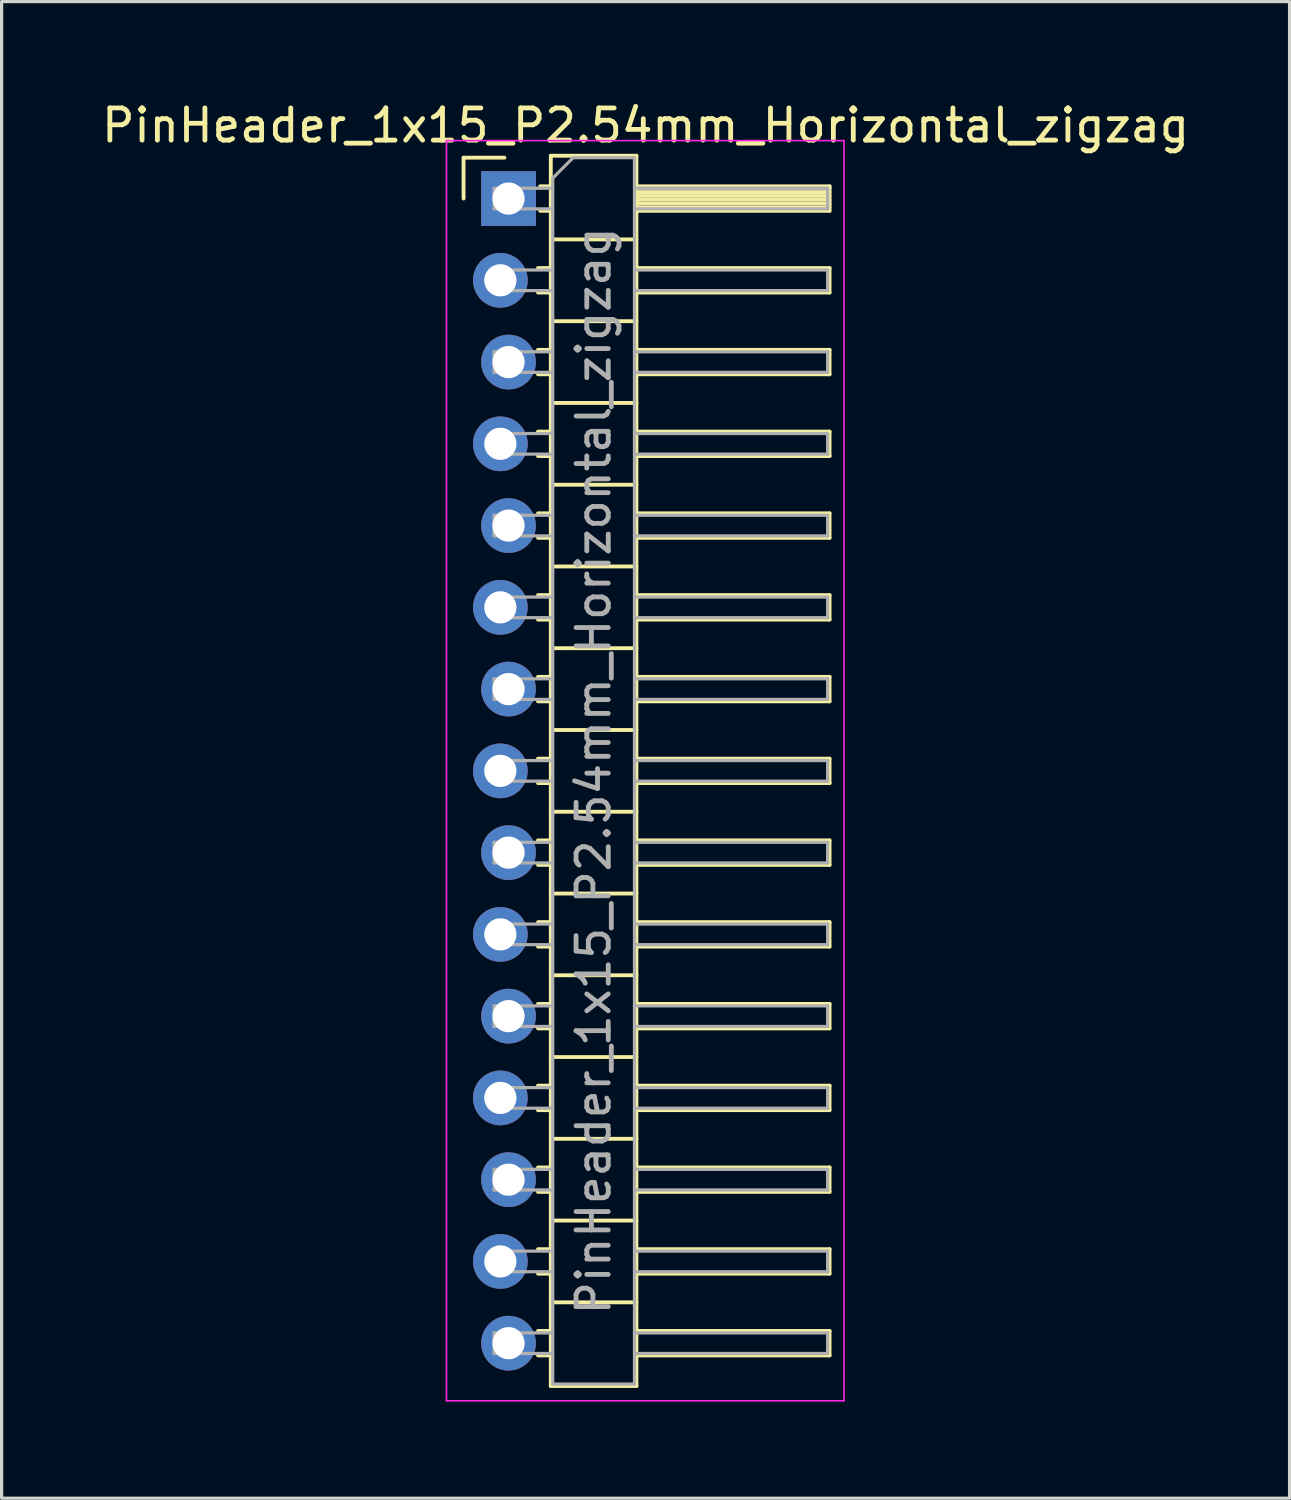
<source format=kicad_pcb>
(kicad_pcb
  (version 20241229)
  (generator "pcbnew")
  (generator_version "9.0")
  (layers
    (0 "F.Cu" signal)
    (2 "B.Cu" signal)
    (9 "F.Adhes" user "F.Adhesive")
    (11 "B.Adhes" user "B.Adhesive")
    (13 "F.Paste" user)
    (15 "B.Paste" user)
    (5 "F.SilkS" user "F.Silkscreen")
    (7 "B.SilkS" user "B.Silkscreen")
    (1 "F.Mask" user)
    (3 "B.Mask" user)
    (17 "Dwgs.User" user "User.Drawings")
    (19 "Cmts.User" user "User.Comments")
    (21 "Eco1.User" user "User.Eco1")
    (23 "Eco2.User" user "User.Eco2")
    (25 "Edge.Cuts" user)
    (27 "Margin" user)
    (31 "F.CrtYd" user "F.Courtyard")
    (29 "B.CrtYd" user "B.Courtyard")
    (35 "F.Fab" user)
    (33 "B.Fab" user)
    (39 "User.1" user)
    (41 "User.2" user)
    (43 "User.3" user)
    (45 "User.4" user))
  (footprint "PinHeader_1x15_P2.54mm_Horizontal_zigzag"
    (layer "F.Cu")
    (at 12.621 3.118)
    (property "Reference" "PinHeader_1x15_P2.54mm_Horizontal_zigzag" (at 4.385 -2.27 0) (layer "F.SilkS") (effects (font (size 1 1) (thickness 0.15))))
    (attr through_hole)
    (fp_line (start -1.27 -1.27) (end 0 -1.27) (stroke (width 0.12) (type solid)) (layer "F.SilkS"))
    (fp_line (start -1.27 0) (end -1.27 -1.27) (stroke (width 0.12) (type solid)) (layer "F.SilkS"))
    (fp_line (start 1.043 2.16) (end 1.44 2.16) (stroke (width 0.12) (type solid)) (layer "F.SilkS"))
    (fp_line (start 1.043 2.92) (end 1.44 2.92) (stroke (width 0.12) (type solid)) (layer "F.SilkS"))
    (fp_line (start 1.043 4.7) (end 1.44 4.7) (stroke (width 0.12) (type solid)) (layer "F.SilkS"))
    (fp_line (start 1.043 5.46) (end 1.44 5.46) (stroke (width 0.12) (type solid)) (layer "F.SilkS"))
    (fp_line (start 1.043 7.24) (end 1.44 7.24) (stroke (width 0.12) (type solid)) (layer "F.SilkS"))
    (fp_line (start 1.043 8) (end 1.44 8) (stroke (width 0.12) (type solid)) (layer "F.SilkS"))
    (fp_line (start 1.043 9.78) (end 1.44 9.78) (stroke (width 0.12) (type solid)) (layer "F.SilkS"))
    (fp_line (start 1.043 10.54) (end 1.44 10.54) (stroke (width 0.12) (type solid)) (layer "F.SilkS"))
    (fp_line (start 1.043 12.32) (end 1.44 12.32) (stroke (width 0.12) (type solid)) (layer "F.SilkS"))
    (fp_line (start 1.043 13.08) (end 1.44 13.08) (stroke (width 0.12) (type solid)) (layer "F.SilkS"))
    (fp_line (start 1.043 14.86) (end 1.44 14.86) (stroke (width 0.12) (type solid)) (layer "F.SilkS"))
    (fp_line (start 1.043 15.62) (end 1.44 15.62) (stroke (width 0.12) (type solid)) (layer "F.SilkS"))
    (fp_line (start 1.043 17.4) (end 1.44 17.4) (stroke (width 0.12) (type solid)) (layer "F.SilkS"))
    (fp_line (start 1.043 18.16) (end 1.44 18.16) (stroke (width 0.12) (type solid)) (layer "F.SilkS"))
    (fp_line (start 1.043 19.94) (end 1.44 19.94) (stroke (width 0.12) (type solid)) (layer "F.SilkS"))
    (fp_line (start 1.043 20.7) (end 1.44 20.7) (stroke (width 0.12) (type solid)) (layer "F.SilkS"))
    (fp_line (start 1.043 22.48) (end 1.44 22.48) (stroke (width 0.12) (type solid)) (layer "F.SilkS"))
    (fp_line (start 1.043 23.24) (end 1.44 23.24) (stroke (width 0.12) (type solid)) (layer "F.SilkS"))
    (fp_line (start 1.043 25.02) (end 1.44 25.02) (stroke (width 0.12) (type solid)) (layer "F.SilkS"))
    (fp_line (start 1.043 25.78) (end 1.44 25.78) (stroke (width 0.12) (type solid)) (layer "F.SilkS"))
    (fp_line (start 1.043 27.56) (end 1.44 27.56) (stroke (width 0.12) (type solid)) (layer "F.SilkS"))
    (fp_line (start 1.043 28.32) (end 1.44 28.32) (stroke (width 0.12) (type solid)) (layer "F.SilkS"))
    (fp_line (start 1.043 30.1) (end 1.44 30.1) (stroke (width 0.12) (type solid)) (layer "F.SilkS"))
    (fp_line (start 1.043 30.86) (end 1.44 30.86) (stroke (width 0.12) (type solid)) (layer "F.SilkS"))
    (fp_line (start 1.043 32.64) (end 1.44 32.64) (stroke (width 0.12) (type solid)) (layer "F.SilkS"))
    (fp_line (start 1.043 33.4) (end 1.44 33.4) (stroke (width 0.12) (type solid)) (layer "F.SilkS"))
    (fp_line (start 1.043 35.18) (end 1.44 35.18) (stroke (width 0.12) (type solid)) (layer "F.SilkS"))
    (fp_line (start 1.043 35.94) (end 1.44 35.94) (stroke (width 0.12) (type solid)) (layer "F.SilkS"))
    (fp_line (start 1.11 -0.38) (end 1.44 -0.38) (stroke (width 0.12) (type solid)) (layer "F.SilkS"))
    (fp_line (start 1.11 0.38) (end 1.44 0.38) (stroke (width 0.12) (type solid)) (layer "F.SilkS"))
    (fp_line (start 1.44 -1.33) (end 1.44 36.89) (stroke (width 0.12) (type solid)) (layer "F.SilkS"))
    (fp_line (start 1.44 1.27) (end 4.1 1.27) (stroke (width 0.12) (type solid)) (layer "F.SilkS"))
    (fp_line (start 1.44 3.81) (end 4.1 3.81) (stroke (width 0.12) (type solid)) (layer "F.SilkS"))
    (fp_line (start 1.44 6.35) (end 4.1 6.35) (stroke (width 0.12) (type solid)) (layer "F.SilkS"))
    (fp_line (start 1.44 8.89) (end 4.1 8.89) (stroke (width 0.12) (type solid)) (layer "F.SilkS"))
    (fp_line (start 1.44 11.43) (end 4.1 11.43) (stroke (width 0.12) (type solid)) (layer "F.SilkS"))
    (fp_line (start 1.44 13.97) (end 4.1 13.97) (stroke (width 0.12) (type solid)) (layer "F.SilkS"))
    (fp_line (start 1.44 16.51) (end 4.1 16.51) (stroke (width 0.12) (type solid)) (layer "F.SilkS"))
    (fp_line (start 1.44 19.05) (end 4.1 19.05) (stroke (width 0.12) (type solid)) (layer "F.SilkS"))
    (fp_line (start 1.44 21.59) (end 4.1 21.59) (stroke (width 0.12) (type solid)) (layer "F.SilkS"))
    (fp_line (start 1.44 24.13) (end 4.1 24.13) (stroke (width 0.12) (type solid)) (layer "F.SilkS"))
    (fp_line (start 1.44 26.67) (end 4.1 26.67) (stroke (width 0.12) (type solid)) (layer "F.SilkS"))
    (fp_line (start 1.44 29.21) (end 4.1 29.21) (stroke (width 0.12) (type solid)) (layer "F.SilkS"))
    (fp_line (start 1.44 31.75) (end 4.1 31.75) (stroke (width 0.12) (type solid)) (layer "F.SilkS"))
    (fp_line (start 1.44 34.29) (end 4.1 34.29) (stroke (width 0.12) (type solid)) (layer "F.SilkS"))
    (fp_line (start 1.44 36.89) (end 4.1 36.89) (stroke (width 0.12) (type solid)) (layer "F.SilkS"))
    (fp_line (start 4.1 -1.33) (end 1.44 -1.33) (stroke (width 0.12) (type solid)) (layer "F.SilkS"))
    (fp_line (start 4.1 -0.38) (end 10.1 -0.38) (stroke (width 0.12) (type solid)) (layer "F.SilkS"))
    (fp_line (start 4.1 -0.32) (end 10.1 -0.32) (stroke (width 0.12) (type solid)) (layer "F.SilkS"))
    (fp_line (start 4.1 -0.2) (end 10.1 -0.2) (stroke (width 0.12) (type solid)) (layer "F.SilkS"))
    (fp_line (start 4.1 -0.08) (end 10.1 -0.08) (stroke (width 0.12) (type solid)) (layer "F.SilkS"))
    (fp_line (start 4.1 0.04) (end 10.1 0.04) (stroke (width 0.12) (type solid)) (layer "F.SilkS"))
    (fp_line (start 4.1 0.16) (end 10.1 0.16) (stroke (width 0.12) (type solid)) (layer "F.SilkS"))
    (fp_line (start 4.1 0.28) (end 10.1 0.28) (stroke (width 0.12) (type solid)) (layer "F.SilkS"))
    (fp_line (start 4.1 2.16) (end 10.1 2.16) (stroke (width 0.12) (type solid)) (layer "F.SilkS"))
    (fp_line (start 4.1 4.7) (end 10.1 4.7) (stroke (width 0.12) (type solid)) (layer "F.SilkS"))
    (fp_line (start 4.1 7.24) (end 10.1 7.24) (stroke (width 0.12) (type solid)) (layer "F.SilkS"))
    (fp_line (start 4.1 9.78) (end 10.1 9.78) (stroke (width 0.12) (type solid)) (layer "F.SilkS"))
    (fp_line (start 4.1 12.32) (end 10.1 12.32) (stroke (width 0.12) (type solid)) (layer "F.SilkS"))
    (fp_line (start 4.1 14.86) (end 10.1 14.86) (stroke (width 0.12) (type solid)) (layer "F.SilkS"))
    (fp_line (start 4.1 17.4) (end 10.1 17.4) (stroke (width 0.12) (type solid)) (layer "F.SilkS"))
    (fp_line (start 4.1 19.94) (end 10.1 19.94) (stroke (width 0.12) (type solid)) (layer "F.SilkS"))
    (fp_line (start 4.1 22.48) (end 10.1 22.48) (stroke (width 0.12) (type solid)) (layer "F.SilkS"))
    (fp_line (start 4.1 25.02) (end 10.1 25.02) (stroke (width 0.12) (type solid)) (layer "F.SilkS"))
    (fp_line (start 4.1 27.56) (end 10.1 27.56) (stroke (width 0.12) (type solid)) (layer "F.SilkS"))
    (fp_line (start 4.1 30.1) (end 10.1 30.1) (stroke (width 0.12) (type solid)) (layer "F.SilkS"))
    (fp_line (start 4.1 32.64) (end 10.1 32.64) (stroke (width 0.12) (type solid)) (layer "F.SilkS"))
    (fp_line (start 4.1 35.18) (end 10.1 35.18) (stroke (width 0.12) (type solid)) (layer "F.SilkS"))
    (fp_line (start 4.1 36.89) (end 4.1 -1.33) (stroke (width 0.12) (type solid)) (layer "F.SilkS"))
    (fp_line (start 10.1 -0.38) (end 10.1 0.38) (stroke (width 0.12) (type solid)) (layer "F.SilkS"))
    (fp_line (start 10.1 0.38) (end 4.1 0.38) (stroke (width 0.12) (type solid)) (layer "F.SilkS"))
    (fp_line (start 10.1 2.16) (end 10.1 2.92) (stroke (width 0.12) (type solid)) (layer "F.SilkS"))
    (fp_line (start 10.1 2.92) (end 4.1 2.92) (stroke (width 0.12) (type solid)) (layer "F.SilkS"))
    (fp_line (start 10.1 4.7) (end 10.1 5.46) (stroke (width 0.12) (type solid)) (layer "F.SilkS"))
    (fp_line (start 10.1 5.46) (end 4.1 5.46) (stroke (width 0.12) (type solid)) (layer "F.SilkS"))
    (fp_line (start 10.1 7.24) (end 10.1 8) (stroke (width 0.12) (type solid)) (layer "F.SilkS"))
    (fp_line (start 10.1 8) (end 4.1 8) (stroke (width 0.12) (type solid)) (layer "F.SilkS"))
    (fp_line (start 10.1 9.78) (end 10.1 10.54) (stroke (width 0.12) (type solid)) (layer "F.SilkS"))
    (fp_line (start 10.1 10.54) (end 4.1 10.54) (stroke (width 0.12) (type solid)) (layer "F.SilkS"))
    (fp_line (start 10.1 12.32) (end 10.1 13.08) (stroke (width 0.12) (type solid)) (layer "F.SilkS"))
    (fp_line (start 10.1 13.08) (end 4.1 13.08) (stroke (width 0.12) (type solid)) (layer "F.SilkS"))
    (fp_line (start 10.1 14.86) (end 10.1 15.62) (stroke (width 0.12) (type solid)) (layer "F.SilkS"))
    (fp_line (start 10.1 15.62) (end 4.1 15.62) (stroke (width 0.12) (type solid)) (layer "F.SilkS"))
    (fp_line (start 10.1 17.4) (end 10.1 18.16) (stroke (width 0.12) (type solid)) (layer "F.SilkS"))
    (fp_line (start 10.1 18.16) (end 4.1 18.16) (stroke (width 0.12) (type solid)) (layer "F.SilkS"))
    (fp_line (start 10.1 19.94) (end 10.1 20.7) (stroke (width 0.12) (type solid)) (layer "F.SilkS"))
    (fp_line (start 10.1 20.7) (end 4.1 20.7) (stroke (width 0.12) (type solid)) (layer "F.SilkS"))
    (fp_line (start 10.1 22.48) (end 10.1 23.24) (stroke (width 0.12) (type solid)) (layer "F.SilkS"))
    (fp_line (start 10.1 23.24) (end 4.1 23.24) (stroke (width 0.12) (type solid)) (layer "F.SilkS"))
    (fp_line (start 10.1 25.02) (end 10.1 25.78) (stroke (width 0.12) (type solid)) (layer "F.SilkS"))
    (fp_line (start 10.1 25.78) (end 4.1 25.78) (stroke (width 0.12) (type solid)) (layer "F.SilkS"))
    (fp_line (start 10.1 27.56) (end 10.1 28.32) (stroke (width 0.12) (type solid)) (layer "F.SilkS"))
    (fp_line (start 10.1 28.32) (end 4.1 28.32) (stroke (width 0.12) (type solid)) (layer "F.SilkS"))
    (fp_line (start 10.1 30.1) (end 10.1 30.86) (stroke (width 0.12) (type solid)) (layer "F.SilkS"))
    (fp_line (start 10.1 30.86) (end 4.1 30.86) (stroke (width 0.12) (type solid)) (layer "F.SilkS"))
    (fp_line (start 10.1 32.64) (end 10.1 33.4) (stroke (width 0.12) (type solid)) (layer "F.SilkS"))
    (fp_line (start 10.1 33.4) (end 4.1 33.4) (stroke (width 0.12) (type solid)) (layer "F.SilkS"))
    (fp_line (start 10.1 35.18) (end 10.1 35.94) (stroke (width 0.12) (type solid)) (layer "F.SilkS"))
    (fp_line (start 10.1 35.94) (end 4.1 35.94) (stroke (width 0.12) (type solid)) (layer "F.SilkS"))
    (fp_line (start -1.8 -1.8) (end -1.8 37.35) (stroke (width 0.05) (type solid)) (layer "F.CrtYd"))
    (fp_line (start -1.8 37.35) (end 10.55 37.35) (stroke (width 0.05) (type solid)) (layer "F.CrtYd"))
    (fp_line (start 10.55 -1.8) (end -1.8 -1.8) (stroke (width 0.05) (type solid)) (layer "F.CrtYd"))
    (fp_line (start 10.55 37.35) (end 10.55 -1.8) (stroke (width 0.05) (type solid)) (layer "F.CrtYd"))
    (fp_line (start -0.32 -0.32) (end -0.32 0.32) (stroke (width 0.1) (type solid)) (layer "F.Fab"))
    (fp_line (start -0.32 -0.32) (end 1.5 -0.32) (stroke (width 0.1) (type solid)) (layer "F.Fab"))
    (fp_line (start -0.32 0.32) (end 1.5 0.32) (stroke (width 0.1) (type solid)) (layer "F.Fab"))
    (fp_line (start -0.32 2.22) (end -0.32 2.86) (stroke (width 0.1) (type solid)) (layer "F.Fab"))
    (fp_line (start -0.32 2.22) (end 1.5 2.22) (stroke (width 0.1) (type solid)) (layer "F.Fab"))
    (fp_line (start -0.32 2.86) (end 1.5 2.86) (stroke (width 0.1) (type solid)) (layer "F.Fab"))
    (fp_line (start -0.32 4.76) (end -0.32 5.4) (stroke (width 0.1) (type solid)) (layer "F.Fab"))
    (fp_line (start -0.32 4.76) (end 1.5 4.76) (stroke (width 0.1) (type solid)) (layer "F.Fab"))
    (fp_line (start -0.32 5.4) (end 1.5 5.4) (stroke (width 0.1) (type solid)) (layer "F.Fab"))
    (fp_line (start -0.32 7.3) (end -0.32 7.94) (stroke (width 0.1) (type solid)) (layer "F.Fab"))
    (fp_line (start -0.32 7.3) (end 1.5 7.3) (stroke (width 0.1) (type solid)) (layer "F.Fab"))
    (fp_line (start -0.32 7.94) (end 1.5 7.94) (stroke (width 0.1) (type solid)) (layer "F.Fab"))
    (fp_line (start -0.32 9.84) (end -0.32 10.48) (stroke (width 0.1) (type solid)) (layer "F.Fab"))
    (fp_line (start -0.32 9.84) (end 1.5 9.84) (stroke (width 0.1) (type solid)) (layer "F.Fab"))
    (fp_line (start -0.32 10.48) (end 1.5 10.48) (stroke (width 0.1) (type solid)) (layer "F.Fab"))
    (fp_line (start -0.32 12.38) (end -0.32 13.02) (stroke (width 0.1) (type solid)) (layer "F.Fab"))
    (fp_line (start -0.32 12.38) (end 1.5 12.38) (stroke (width 0.1) (type solid)) (layer "F.Fab"))
    (fp_line (start -0.32 13.02) (end 1.5 13.02) (stroke (width 0.1) (type solid)) (layer "F.Fab"))
    (fp_line (start -0.32 14.92) (end -0.32 15.56) (stroke (width 0.1) (type solid)) (layer "F.Fab"))
    (fp_line (start -0.32 14.92) (end 1.5 14.92) (stroke (width 0.1) (type solid)) (layer "F.Fab"))
    (fp_line (start -0.32 15.56) (end 1.5 15.56) (stroke (width 0.1) (type solid)) (layer "F.Fab"))
    (fp_line (start -0.32 17.46) (end -0.32 18.1) (stroke (width 0.1) (type solid)) (layer "F.Fab"))
    (fp_line (start -0.32 17.46) (end 1.5 17.46) (stroke (width 0.1) (type solid)) (layer "F.Fab"))
    (fp_line (start -0.32 18.1) (end 1.5 18.1) (stroke (width 0.1) (type solid)) (layer "F.Fab"))
    (fp_line (start -0.32 20) (end -0.32 20.64) (stroke (width 0.1) (type solid)) (layer "F.Fab"))
    (fp_line (start -0.32 20) (end 1.5 20) (stroke (width 0.1) (type solid)) (layer "F.Fab"))
    (fp_line (start -0.32 20.64) (end 1.5 20.64) (stroke (width 0.1) (type solid)) (layer "F.Fab"))
    (fp_line (start -0.32 22.54) (end -0.32 23.18) (stroke (width 0.1) (type solid)) (layer "F.Fab"))
    (fp_line (start -0.32 22.54) (end 1.5 22.54) (stroke (width 0.1) (type solid)) (layer "F.Fab"))
    (fp_line (start -0.32 23.18) (end 1.5 23.18) (stroke (width 0.1) (type solid)) (layer "F.Fab"))
    (fp_line (start -0.32 25.08) (end -0.32 25.72) (stroke (width 0.1) (type solid)) (layer "F.Fab"))
    (fp_line (start -0.32 25.08) (end 1.5 25.08) (stroke (width 0.1) (type solid)) (layer "F.Fab"))
    (fp_line (start -0.32 25.72) (end 1.5 25.72) (stroke (width 0.1) (type solid)) (layer "F.Fab"))
    (fp_line (start -0.32 27.62) (end -0.32 28.26) (stroke (width 0.1) (type solid)) (layer "F.Fab"))
    (fp_line (start -0.32 27.62) (end 1.5 27.62) (stroke (width 0.1) (type solid)) (layer "F.Fab"))
    (fp_line (start -0.32 28.26) (end 1.5 28.26) (stroke (width 0.1) (type solid)) (layer "F.Fab"))
    (fp_line (start -0.32 30.16) (end -0.32 30.8) (stroke (width 0.1) (type solid)) (layer "F.Fab"))
    (fp_line (start -0.32 30.16) (end 1.5 30.16) (stroke (width 0.1) (type solid)) (layer "F.Fab"))
    (fp_line (start -0.32 30.8) (end 1.5 30.8) (stroke (width 0.1) (type solid)) (layer "F.Fab"))
    (fp_line (start -0.32 32.7) (end -0.32 33.34) (stroke (width 0.1) (type solid)) (layer "F.Fab"))
    (fp_line (start -0.32 32.7) (end 1.5 32.7) (stroke (width 0.1) (type solid)) (layer "F.Fab"))
    (fp_line (start -0.32 33.34) (end 1.5 33.34) (stroke (width 0.1) (type solid)) (layer "F.Fab"))
    (fp_line (start -0.32 35.24) (end -0.32 35.88) (stroke (width 0.1) (type solid)) (layer "F.Fab"))
    (fp_line (start -0.32 35.24) (end 1.5 35.24) (stroke (width 0.1) (type solid)) (layer "F.Fab"))
    (fp_line (start -0.32 35.88) (end 1.5 35.88) (stroke (width 0.1) (type solid)) (layer "F.Fab"))
    (fp_line (start 1.5 -0.635) (end 2.135 -1.27) (stroke (width 0.1) (type solid)) (layer "F.Fab"))
    (fp_line (start 1.5 36.83) (end 1.5 -0.635) (stroke (width 0.1) (type solid)) (layer "F.Fab"))
    (fp_line (start 2.135 -1.27) (end 4.04 -1.27) (stroke (width 0.1) (type solid)) (layer "F.Fab"))
    (fp_line (start 4.04 -1.27) (end 4.04 36.83) (stroke (width 0.1) (type solid)) (layer "F.Fab"))
    (fp_line (start 4.04 -0.32) (end 10.04 -0.32) (stroke (width 0.1) (type solid)) (layer "F.Fab"))
    (fp_line (start 4.04 0.32) (end 10.04 0.32) (stroke (width 0.1) (type solid)) (layer "F.Fab"))
    (fp_line (start 4.04 2.22) (end 10.04 2.22) (stroke (width 0.1) (type solid)) (layer "F.Fab"))
    (fp_line (start 4.04 2.86) (end 10.04 2.86) (stroke (width 0.1) (type solid)) (layer "F.Fab"))
    (fp_line (start 4.04 4.76) (end 10.04 4.76) (stroke (width 0.1) (type solid)) (layer "F.Fab"))
    (fp_line (start 4.04 5.4) (end 10.04 5.4) (stroke (width 0.1) (type solid)) (layer "F.Fab"))
    (fp_line (start 4.04 7.3) (end 10.04 7.3) (stroke (width 0.1) (type solid)) (layer "F.Fab"))
    (fp_line (start 4.04 7.94) (end 10.04 7.94) (stroke (width 0.1) (type solid)) (layer "F.Fab"))
    (fp_line (start 4.04 9.84) (end 10.04 9.84) (stroke (width 0.1) (type solid)) (layer "F.Fab"))
    (fp_line (start 4.04 10.48) (end 10.04 10.48) (stroke (width 0.1) (type solid)) (layer "F.Fab"))
    (fp_line (start 4.04 12.38) (end 10.04 12.38) (stroke (width 0.1) (type solid)) (layer "F.Fab"))
    (fp_line (start 4.04 13.02) (end 10.04 13.02) (stroke (width 0.1) (type solid)) (layer "F.Fab"))
    (fp_line (start 4.04 14.92) (end 10.04 14.92) (stroke (width 0.1) (type solid)) (layer "F.Fab"))
    (fp_line (start 4.04 15.56) (end 10.04 15.56) (stroke (width 0.1) (type solid)) (layer "F.Fab"))
    (fp_line (start 4.04 17.46) (end 10.04 17.46) (stroke (width 0.1) (type solid)) (layer "F.Fab"))
    (fp_line (start 4.04 18.1) (end 10.04 18.1) (stroke (width 0.1) (type solid)) (layer "F.Fab"))
    (fp_line (start 4.04 20) (end 10.04 20) (stroke (width 0.1) (type solid)) (layer "F.Fab"))
    (fp_line (start 4.04 20.64) (end 10.04 20.64) (stroke (width 0.1) (type solid)) (layer "F.Fab"))
    (fp_line (start 4.04 22.54) (end 10.04 22.54) (stroke (width 0.1) (type solid)) (layer "F.Fab"))
    (fp_line (start 4.04 23.18) (end 10.04 23.18) (stroke (width 0.1) (type solid)) (layer "F.Fab"))
    (fp_line (start 4.04 25.08) (end 10.04 25.08) (stroke (width 0.1) (type solid)) (layer "F.Fab"))
    (fp_line (start 4.04 25.72) (end 10.04 25.72) (stroke (width 0.1) (type solid)) (layer "F.Fab"))
    (fp_line (start 4.04 27.62) (end 10.04 27.62) (stroke (width 0.1) (type solid)) (layer "F.Fab"))
    (fp_line (start 4.04 28.26) (end 10.04 28.26) (stroke (width 0.1) (type solid)) (layer "F.Fab"))
    (fp_line (start 4.04 30.16) (end 10.04 30.16) (stroke (width 0.1) (type solid)) (layer "F.Fab"))
    (fp_line (start 4.04 30.8) (end 10.04 30.8) (stroke (width 0.1) (type solid)) (layer "F.Fab"))
    (fp_line (start 4.04 32.7) (end 10.04 32.7) (stroke (width 0.1) (type solid)) (layer "F.Fab"))
    (fp_line (start 4.04 33.34) (end 10.04 33.34) (stroke (width 0.1) (type solid)) (layer "F.Fab"))
    (fp_line (start 4.04 35.24) (end 10.04 35.24) (stroke (width 0.1) (type solid)) (layer "F.Fab"))
    (fp_line (start 4.04 35.88) (end 10.04 35.88) (stroke (width 0.1) (type solid)) (layer "F.Fab"))
    (fp_line (start 4.04 36.83) (end 1.5 36.83) (stroke (width 0.1) (type solid)) (layer "F.Fab"))
    (fp_line (start 10.04 -0.32) (end 10.04 0.32) (stroke (width 0.1) (type solid)) (layer "F.Fab"))
    (fp_line (start 10.04 2.22) (end 10.04 2.86) (stroke (width 0.1) (type solid)) (layer "F.Fab"))
    (fp_line (start 10.04 4.76) (end 10.04 5.4) (stroke (width 0.1) (type solid)) (layer "F.Fab"))
    (fp_line (start 10.04 7.3) (end 10.04 7.94) (stroke (width 0.1) (type solid)) (layer "F.Fab"))
    (fp_line (start 10.04 9.84) (end 10.04 10.48) (stroke (width 0.1) (type solid)) (layer "F.Fab"))
    (fp_line (start 10.04 12.38) (end 10.04 13.02) (stroke (width 0.1) (type solid)) (layer "F.Fab"))
    (fp_line (start 10.04 14.92) (end 10.04 15.56) (stroke (width 0.1) (type solid)) (layer "F.Fab"))
    (fp_line (start 10.04 17.46) (end 10.04 18.1) (stroke (width 0.1) (type solid)) (layer "F.Fab"))
    (fp_line (start 10.04 20) (end 10.04 20.64) (stroke (width 0.1) (type solid)) (layer "F.Fab"))
    (fp_line (start 10.04 22.54) (end 10.04 23.18) (stroke (width 0.1) (type solid)) (layer "F.Fab"))
    (fp_line (start 10.04 25.08) (end 10.04 25.72) (stroke (width 0.1) (type solid)) (layer "F.Fab"))
    (fp_line (start 10.04 27.62) (end 10.04 28.26) (stroke (width 0.1) (type solid)) (layer "F.Fab"))
    (fp_line (start 10.04 30.16) (end 10.04 30.8) (stroke (width 0.1) (type solid)) (layer "F.Fab"))
    (fp_line (start 10.04 32.7) (end 10.04 33.34) (stroke (width 0.1) (type solid)) (layer "F.Fab"))
    (fp_line (start 10.04 35.24) (end 10.04 35.88) (stroke (width 0.1) (type solid)) (layer "F.Fab"))
    (fp_text user "${REFERENCE}" (at 2.77 17.78 90) (layer "F.Fab") (effects (font (size 1 1) (thickness 0.15))))
    (pad "1" thru_hole rect (at 0.127 0) (size 1.7 1.7) (drill 1) (layers "*.Cu" "*.Mask"))
    (pad "2" thru_hole oval (at -0.127 2.54) (size 1.7 1.7) (drill 1) (layers "*.Cu" "*.Mask"))
    (pad "3" thru_hole oval (at 0.127 5.08) (size 1.7 1.7) (drill 1) (layers "*.Cu" "*.Mask"))
    (pad "4" thru_hole oval (at -0.127 7.62) (size 1.7 1.7) (drill 1) (layers "*.Cu" "*.Mask"))
    (pad "5" thru_hole oval (at 0.127 10.16) (size 1.7 1.7) (drill 1) (layers "*.Cu" "*.Mask"))
    (pad "6" thru_hole oval (at -0.127 12.7) (size 1.7 1.7) (drill 1) (layers "*.Cu" "*.Mask"))
    (pad "7" thru_hole oval (at 0.127 15.24) (size 1.7 1.7) (drill 1) (layers "*.Cu" "*.Mask"))
    (pad "8" thru_hole oval (at -0.127 17.78) (size 1.7 1.7) (drill 1) (layers "*.Cu" "*.Mask"))
    (pad "9" thru_hole oval (at 0.127 20.32) (size 1.7 1.7) (drill 1) (layers "*.Cu" "*.Mask"))
    (pad "10" thru_hole oval (at -0.127 22.86) (size 1.7 1.7) (drill 1) (layers "*.Cu" "*.Mask"))
    (pad "11" thru_hole oval (at 0.127 25.4) (size 1.7 1.7) (drill 1) (layers "*.Cu" "*.Mask"))
    (pad "12" thru_hole oval (at -0.127 27.94) (size 1.7 1.7) (drill 1) (layers "*.Cu" "*.Mask"))
    (pad "13" thru_hole oval (at 0.127 30.48) (size 1.7 1.7) (drill 1) (layers "*.Cu" "*.Mask"))
    (pad "14" thru_hole oval (at -0.127 33.02) (size 1.7 1.7) (drill 1) (layers "*.Cu" "*.Mask"))
    (pad "15" thru_hole oval (at 0.127 35.56) (size 1.7 1.7) (drill 1) (layers "*.Cu" "*.Mask")))
  (gr_rect
    (start -3 -3)
    (end 37.012 43.493)
    (stroke (width 0.1) (type default))
    (fill no)
    (layer "Edge.Cuts")))
</source>
